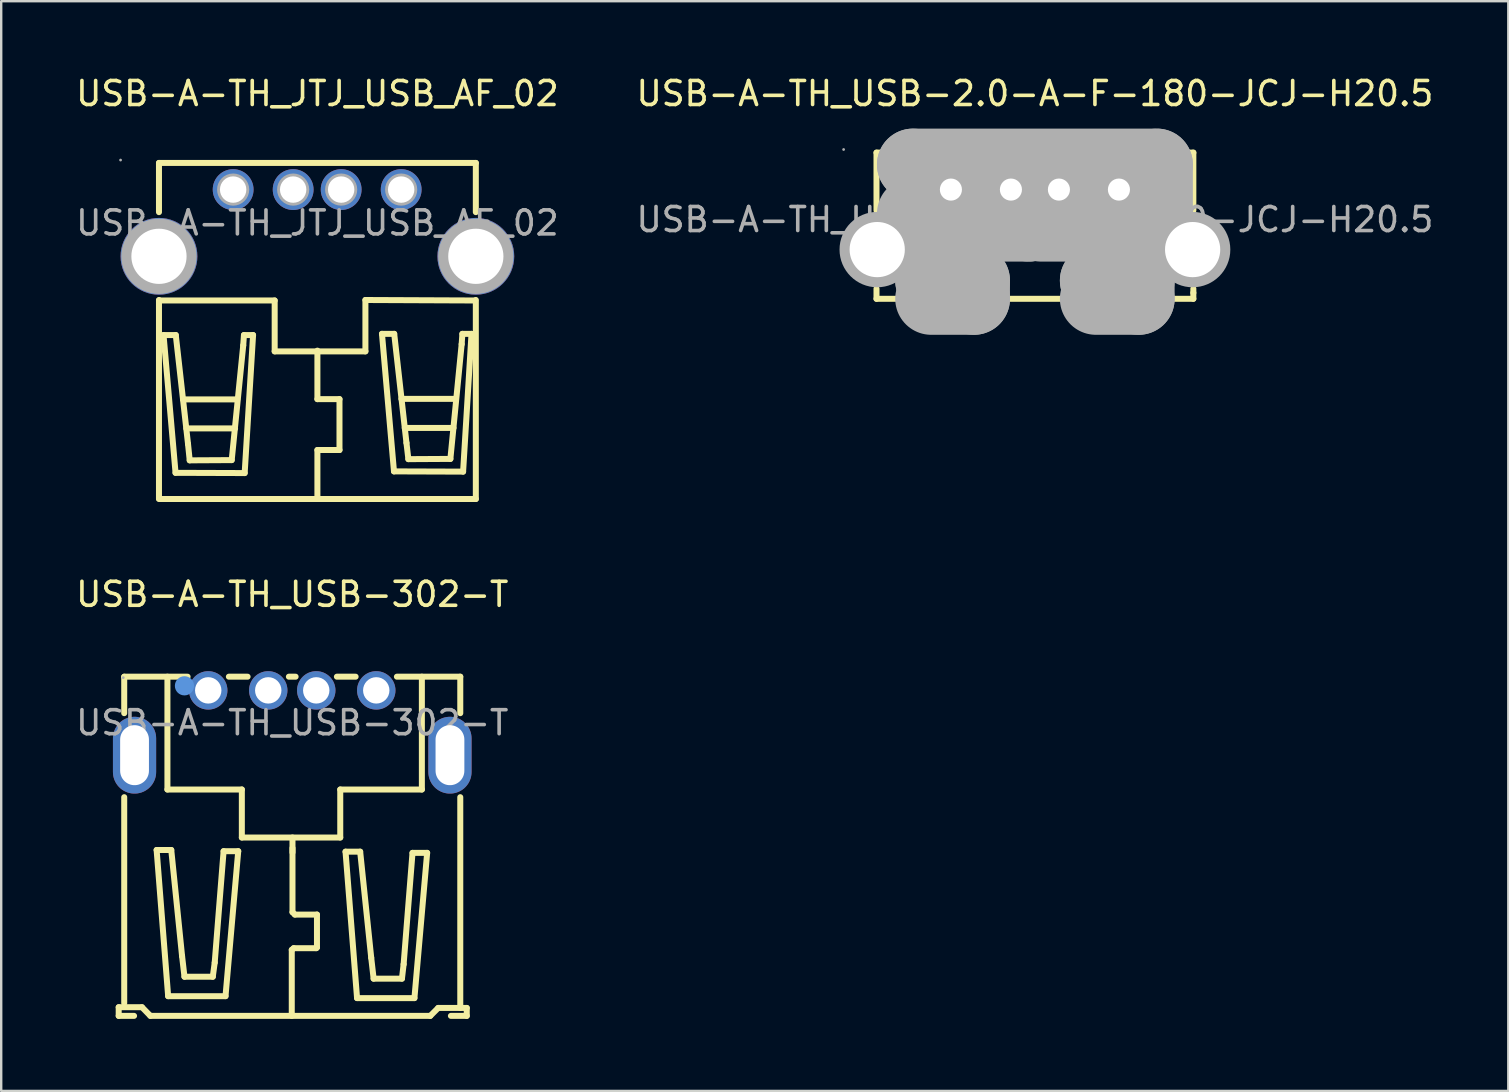
<source format=kicad_pcb>
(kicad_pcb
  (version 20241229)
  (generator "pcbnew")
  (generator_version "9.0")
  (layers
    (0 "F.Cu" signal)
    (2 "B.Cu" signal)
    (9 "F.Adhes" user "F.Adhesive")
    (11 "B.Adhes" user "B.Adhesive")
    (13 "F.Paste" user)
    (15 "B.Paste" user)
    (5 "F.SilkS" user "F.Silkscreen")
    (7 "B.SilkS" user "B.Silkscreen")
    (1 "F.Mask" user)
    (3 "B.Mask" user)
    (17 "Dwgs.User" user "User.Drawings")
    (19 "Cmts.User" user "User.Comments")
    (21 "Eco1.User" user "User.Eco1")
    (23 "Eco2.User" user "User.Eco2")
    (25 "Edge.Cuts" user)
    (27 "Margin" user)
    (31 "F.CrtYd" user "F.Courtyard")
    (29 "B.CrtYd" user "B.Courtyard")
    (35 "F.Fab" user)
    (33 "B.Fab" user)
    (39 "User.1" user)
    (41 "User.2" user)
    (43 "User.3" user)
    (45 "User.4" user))
  (footprint "USB-A-TH_USB-2.0-A-F-180-JCJ-H20.5"
    (layer "F.Cu")
    (at 40.065 6.098)
    (property "Reference" "USB-A-TH_USB-2.0-A-F-180-JCJ-H20.5" (at 0 -5.25 0) (layer "F.SilkS") (effects (font (size 1 1) (thickness 0.15))))
    (attr through_hole)
    (fp_line (start -6.6 -2.79) (end -6.6 -0.38) (stroke (width 0.25) (type solid)) (layer "F.SilkS"))
    (fp_line (start -6.6 2.88) (end -6.6 3.3) (stroke (width 0.25) (type solid)) (layer "F.SilkS"))
    (fp_line (start -6.6 3.3) (end 6.6 3.3) (stroke (width 0.25) (type solid)) (layer "F.SilkS"))
    (fp_line (start 6.6 -2.79) (end -6.6 -2.79) (stroke (width 0.25) (type solid)) (layer "F.SilkS"))
    (fp_line (start 6.6 -0.38) (end 6.6 -2.79) (stroke (width 0.25) (type solid)) (layer "F.SilkS"))
    (fp_line (start 6.6 3.05) (end 6.6 2.88) (stroke (width 0.25) (type solid)) (layer "F.SilkS"))
    (fp_line (start 6.6 3.3) (end 6.6 3.05) (stroke (width 0.25) (type solid)) (layer "F.SilkS"))
    (fp_line (start -5.08 -2.29) (end -5.08 -2.29) (stroke (width 3) (type solid)) (layer "F.Fab"))
    (fp_line (start -5.08 -2.29) (end 5.08 -2.29) (stroke (width 3) (type solid)) (layer "F.Fab"))
    (fp_line (start -4.32 -0.25) (end -4.32 -0.25) (stroke (width 3) (type solid)) (layer "F.Fab"))
    (fp_line (start -4.32 -0.25) (end -2.54 -0.25) (stroke (width 3) (type solid)) (layer "F.Fab"))
    (fp_line (start -4.32 2.54) (end -4.32 2.54) (stroke (width 3) (type solid)) (layer "F.Fab"))
    (fp_line (start -4.32 2.54) (end -2.54 2.54) (stroke (width 3) (type solid)) (layer "F.Fab"))
    (fp_line (start -2.54 -0.25) (end -2.54 0.25) (stroke (width 3) (type solid)) (layer "F.Fab"))
    (fp_line (start -2.54 0.25) (end -4.32 0.25) (stroke (width 3) (type solid)) (layer "F.Fab"))
    (fp_line (start -2.54 2.54) (end -2.54 3.3) (stroke (width 3) (type solid)) (layer "F.Fab"))
    (fp_line (start -2.54 3.3) (end -4.32 3.3) (stroke (width 3) (type solid)) (layer "F.Fab"))
    (fp_line (start -1.78 -0.25) (end -1.78 -0.25) (stroke (width 3) (type solid)) (layer "F.Fab"))
    (fp_line (start -1.78 -0.25) (end -0.25 -0.25) (stroke (width 3) (type solid)) (layer "F.Fab"))
    (fp_line (start -0.25 -0.25) (end -0.25 0.25) (stroke (width 3) (type solid)) (layer "F.Fab"))
    (fp_line (start -0.25 0.25) (end -1.78 0.25) (stroke (width 3) (type solid)) (layer "F.Fab"))
    (fp_line (start 0.25 -0.25) (end 0.25 -0.25) (stroke (width 3) (type solid)) (layer "F.Fab"))
    (fp_line (start 0.25 -0.25) (end 1.78 -0.25) (stroke (width 3) (type solid)) (layer "F.Fab"))
    (fp_line (start 1.78 -0.25) (end 1.78 0.25) (stroke (width 3) (type solid)) (layer "F.Fab"))
    (fp_line (start 1.78 0.25) (end 0.25 0.25) (stroke (width 3) (type solid)) (layer "F.Fab"))
    (fp_line (start 2.54 -0.25) (end 2.54 -0.25) (stroke (width 3) (type solid)) (layer "F.Fab"))
    (fp_line (start 2.54 -0.25) (end 4.32 -0.25) (stroke (width 3) (type solid)) (layer "F.Fab"))
    (fp_line (start 2.54 2.54) (end 2.54 2.54) (stroke (width 3) (type solid)) (layer "F.Fab"))
    (fp_line (start 2.54 2.54) (end 4.32 2.54) (stroke (width 3) (type solid)) (layer "F.Fab"))
    (fp_line (start 4.32 -0.25) (end 4.32 0.25) (stroke (width 3) (type solid)) (layer "F.Fab"))
    (fp_line (start 4.32 0.25) (end 2.54 0.25) (stroke (width 3) (type solid)) (layer "F.Fab"))
    (fp_line (start 4.32 2.54) (end 4.32 3.3) (stroke (width 3) (type solid)) (layer "F.Fab"))
    (fp_line (start 4.32 3.3) (end 2.54 3.3) (stroke (width 3) (type solid)) (layer "F.Fab"))
    (fp_line (start 5.08 -2.29) (end 5.08 -0.25) (stroke (width 3) (type solid)) (layer "F.Fab"))
    (fp_line (start 5.08 -0.25) (end -5.08 -0.25) (stroke (width 3) (type solid)) (layer "F.Fab"))
    (fp_circle (center -7.97 -2.92) (end -7.94 -2.92) (stroke (width 0.06) (type solid)) (fill no) (layer "F.Fab"))
    (fp_circle (center -6.57 1.25) (end -6.05 1.25) (stroke (width 1.05) (type solid)) (fill no) (layer "F.Fab"))
    (fp_circle (center -3.5 -1.25) (end -3.32 -1.25) (stroke (width 0.36) (type solid)) (fill no) (layer "F.Fab"))
    (fp_circle (center -1 -1.25) (end -0.82 -1.25) (stroke (width 0.36) (type solid)) (fill no) (layer "F.Fab"))
    (fp_circle (center 1 -1.25) (end 1.18 -1.25) (stroke (width 0.36) (type solid)) (fill no) (layer "F.Fab"))
    (fp_circle (center 3.5 -1.25) (end 3.68 -1.25) (stroke (width 0.36) (type solid)) (fill no) (layer "F.Fab"))
    (fp_circle (center 6.57 1.25) (end 7.09 1.25) (stroke (width 1.05) (type solid)) (fill no) (layer "F.Fab"))
    (fp_text user "${REFERENCE}" (at 0 0 0) (layer "F.Fab") (effects (font (size 1 1) (thickness 0.15))))
    (pad "1" thru_hole rect (at -3.5 -1.25) (size 1.52 1.52) (drill 0.92) (layers "*.Cu" "*.Paste" "*.Mask"))
    (pad "2" thru_hole circle (at -1 -1.25) (size 1.52 1.52) (drill 0.92) (layers "*.Cu" "*.Paste" "*.Mask"))
    (pad "3" thru_hole circle (at 1 -1.25) (size 1.52 1.52) (drill 0.92) (layers "*.Cu" "*.Paste" "*.Mask"))
    (pad "4" thru_hole circle (at 3.5 -1.25) (size 1.52 1.52) (drill 0.92) (layers "*.Cu" "*.Paste" "*.Mask"))
    (pad "5" thru_hole circle (at 6.57 1.25) (size 2.8 2.8) (drill 2.3) (layers "*.Cu" "*.Paste" "*.Mask"))
    (pad "6" thru_hole circle (at -6.57 1.25) (size 2.8 2.8) (drill 2.3) (layers "*.Cu" "*.Paste" "*.Mask")))
  (footprint "USB-A-TH_JTJ_USB_AF_02"
    (layer "F.Cu")
    (at 10.173 6.238)
    (property "Reference" "USB-A-TH_JTJ_USB_AF_02" (at 0 -5.39 0) (layer "F.SilkS") (effects (font (size 1 1) (thickness 0.15))))
    (attr through_hole)
    (fp_line (start -6.6 -2.5) (end -6.6 -0.45) (stroke (width 0.25) (type solid)) (layer "F.SilkS"))
    (fp_line (start -6.6 -2.5) (end 6.6 -2.5) (stroke (width 0.25) (type solid)) (layer "F.SilkS"))
    (fp_line (start -6.6 3.21) (end -6.6 11.48) (stroke (width 0.25) (type solid)) (layer "F.SilkS"))
    (fp_line (start -6.6 11.5) (end 6.6 11.5) (stroke (width 0.25) (type solid)) (layer "F.SilkS"))
    (fp_line (start -6.41 4.67) (end -5.9 4.67) (stroke (width 0.25) (type solid)) (layer "F.SilkS"))
    (fp_line (start -5.91 10.41) (end -6.41 4.67) (stroke (width 0.25) (type solid)) (layer "F.SilkS"))
    (fp_line (start -5.9 4.67) (end -5.39 9.21) (stroke (width 0.25) (type solid)) (layer "F.SilkS"))
    (fp_line (start -5.6 7.35) (end -3.34 7.35) (stroke (width 0.25) (type solid)) (layer "F.SilkS"))
    (fp_line (start -5.46 8.56) (end -3.43 8.56) (stroke (width 0.25) (type solid)) (layer "F.SilkS"))
    (fp_line (start -5.39 9.21) (end -5.32 9.89) (stroke (width 0.25) (type solid)) (layer "F.SilkS"))
    (fp_line (start -5.32 9.89) (end -3.57 9.88) (stroke (width 0.25) (type solid)) (layer "F.SilkS"))
    (fp_line (start -3.57 9.88) (end -3.09 5.1) (stroke (width 0.25) (type solid)) (layer "F.SilkS"))
    (fp_line (start -3.09 5.1) (end -3.06 4.67) (stroke (width 0.25) (type solid)) (layer "F.SilkS"))
    (fp_line (start -3.06 4.67) (end -2.68 4.67) (stroke (width 0.25) (type solid)) (layer "F.SilkS"))
    (fp_line (start -3.03 10.42) (end -5.91 10.41) (stroke (width 0.25) (type solid)) (layer "F.SilkS"))
    (fp_line (start -2.68 4.67) (end -3.03 10.42) (stroke (width 0.25) (type solid)) (layer "F.SilkS"))
    (fp_line (start -1.78 3.23) (end -6.6 3.23) (stroke (width 0.25) (type solid)) (layer "F.SilkS"))
    (fp_line (start -1.78 5.35) (end -1.78 3.23) (stroke (width 0.25) (type solid)) (layer "F.SilkS"))
    (fp_line (start 0 5.32) (end 0 7.34) (stroke (width 0.25) (type solid)) (layer "F.SilkS"))
    (fp_line (start 0 7.34) (end 0.92 7.34) (stroke (width 0.25) (type solid)) (layer "F.SilkS"))
    (fp_line (start 0 9.46) (end 0 11.49) (stroke (width 0.25) (type solid)) (layer "F.SilkS"))
    (fp_line (start 0.92 7.34) (end 0.92 9.46) (stroke (width 0.25) (type solid)) (layer "F.SilkS"))
    (fp_line (start 0.92 9.46) (end 0 9.46) (stroke (width 0.25) (type solid)) (layer "F.SilkS"))
    (fp_line (start 2 3.21) (end 2 5.35) (stroke (width 0.25) (type solid)) (layer "F.SilkS"))
    (fp_line (start 2 5.35) (end -1.78 5.35) (stroke (width 0.25) (type solid)) (layer "F.SilkS"))
    (fp_line (start 2.69 4.62) (end 3.2 4.62) (stroke (width 0.25) (type solid)) (layer "F.SilkS"))
    (fp_line (start 3.19 10.35) (end 2.69 4.62) (stroke (width 0.25) (type solid)) (layer "F.SilkS"))
    (fp_line (start 3.2 4.62) (end 3.71 9.16) (stroke (width 0.25) (type solid)) (layer "F.SilkS"))
    (fp_line (start 3.5 7.33) (end 5.76 7.33) (stroke (width 0.25) (type solid)) (layer "F.SilkS"))
    (fp_line (start 3.64 8.54) (end 5.67 8.54) (stroke (width 0.25) (type solid)) (layer "F.SilkS"))
    (fp_line (start 3.71 9.16) (end 3.79 9.84) (stroke (width 0.25) (type solid)) (layer "F.SilkS"))
    (fp_line (start 3.79 9.84) (end 5.54 9.83) (stroke (width 0.25) (type solid)) (layer "F.SilkS"))
    (fp_line (start 5.54 9.83) (end 6.01 5.05) (stroke (width 0.25) (type solid)) (layer "F.SilkS"))
    (fp_line (start 6.01 5.05) (end 6.04 4.62) (stroke (width 0.25) (type solid)) (layer "F.SilkS"))
    (fp_line (start 6.04 4.62) (end 6.42 4.62) (stroke (width 0.25) (type solid)) (layer "F.SilkS"))
    (fp_line (start 6.07 10.36) (end 3.19 10.35) (stroke (width 0.25) (type solid)) (layer "F.SilkS"))
    (fp_line (start 6.42 4.62) (end 6.07 10.36) (stroke (width 0.25) (type solid)) (layer "F.SilkS"))
    (fp_line (start 6.58 3.23) (end 2 3.21) (stroke (width 0.25) (type solid)) (layer "F.SilkS"))
    (fp_line (start 6.6 -2.5) (end 6.6 -0.45) (stroke (width 0.25) (type solid)) (layer "F.SilkS"))
    (fp_line (start 6.6 3.21) (end 6.6 11.5) (stroke (width 0.25) (type solid)) (layer "F.SilkS"))
    (fp_circle (center -8.2 -2.62) (end -8.17 -2.62) (stroke (width 0.06) (type solid)) (fill no) (layer "F.Fab"))
    (fp_circle (center -6.6 1.39) (end -6.08 1.39) (stroke (width 1.05) (type solid)) (fill no) (layer "F.Fab"))
    (fp_circle (center -3.51 -1.39) (end -3.29 -1.39) (stroke (width 0.45) (type solid)) (fill no) (layer "F.Fab"))
    (fp_circle (center -1.01 -1.39) (end -0.79 -1.39) (stroke (width 0.45) (type solid)) (fill no) (layer "F.Fab"))
    (fp_circle (center 0.99 -1.39) (end 1.21 -1.39) (stroke (width 0.45) (type solid)) (fill no) (layer "F.Fab"))
    (fp_circle (center 3.49 -1.39) (end 3.71 -1.39) (stroke (width 0.45) (type solid)) (fill no) (layer "F.Fab"))
    (fp_circle (center 6.6 1.39) (end 7.12 1.39) (stroke (width 1.05) (type solid)) (fill no) (layer "F.Fab"))
    (fp_text user "${REFERENCE}" (at 0 0 0) (layer "F.Fab") (effects (font (size 1 1) (thickness 0.15))))
    (pad "1" thru_hole circle (at -3.51 -1.39 270) (size 1.7 1.7) (drill 1.1) (layers "*.Cu" "*.Paste" "*.Mask"))
    (pad "2" thru_hole circle (at -1.01 -1.39 270) (size 1.7 1.7) (drill 1.1) (layers "*.Cu" "*.Paste" "*.Mask"))
    (pad "3" thru_hole circle (at 0.99 -1.39 270) (size 1.7 1.7) (drill 1.1) (layers "*.Cu" "*.Paste" "*.Mask"))
    (pad "4" thru_hole circle (at 3.49 -1.39 270) (size 1.7 1.7) (drill 1.1) (layers "*.Cu" "*.Paste" "*.Mask"))
    (pad "5" thru_hole circle (at 6.6 1.39 90) (size 3.2 3.2) (drill 2.3) (layers "*.Cu" "*.Paste" "*.Mask"))
    (pad "6" thru_hole circle (at -6.6 1.39 90) (size 3.2 3.2) (drill 2.3) (layers "*.Cu" "*.Paste" "*.Mask")))
  (footprint "USB-A-TH_USB-302-T"
    (layer "F.Cu")
    (at 9.125 27.061)
    (property "Reference" "USB-A-TH_USB-302-T" (at 0 -5.35 0) (layer "F.SilkS") (effects (font (size 1 1) (thickness 0.15))))
    (attr through_hole)
    (fp_line (start -7.23 11.85) (end -6.26 11.85) (stroke (width 0.25) (type solid)) (layer "F.SilkS"))
    (fp_line (start -7.23 12.21) (end -7.23 11.85) (stroke (width 0.25) (type solid)) (layer "F.SilkS"))
    (fp_line (start -7.23 12.21) (end -6.59 12.21) (stroke (width 0.25) (type solid)) (layer "F.SilkS"))
    (fp_line (start -7 -1.92) (end -4.36 -1.92) (stroke (width 0.25) (type solid)) (layer "F.SilkS"))
    (fp_line (start -7 -0.4) (end -7 -1.92) (stroke (width 0.25) (type solid)) (layer "F.SilkS"))
    (fp_line (start -7 11.68) (end -7 3.1) (stroke (width 0.25) (type solid)) (layer "F.SilkS"))
    (fp_line (start -6.26 11.85) (end -5.91 12.21) (stroke (width 0.25) (type solid)) (layer "F.SilkS"))
    (fp_line (start -5.91 12.21) (end 5.75 12.21) (stroke (width 0.25) (type solid)) (layer "F.SilkS"))
    (fp_line (start -5.65 5.3) (end -5.17 11.39) (stroke (width 0.25) (type solid)) (layer "F.SilkS"))
    (fp_line (start -5.2 -1.92) (end -5.2 2.78) (stroke (width 0.25) (type solid)) (layer "F.SilkS"))
    (fp_line (start -5.2 2.78) (end -2.1 2.78) (stroke (width 0.25) (type solid)) (layer "F.SilkS"))
    (fp_line (start -5.17 11.39) (end -2.78 11.39) (stroke (width 0.25) (type solid)) (layer "F.SilkS"))
    (fp_line (start -5.04 5.3) (end -5.65 5.3) (stroke (width 0.25) (type solid)) (layer "F.SilkS"))
    (fp_line (start -4.59 9.72) (end -5.04 5.3) (stroke (width 0.25) (type solid)) (layer "F.SilkS"))
    (fp_line (start -4.49 10.58) (end -4.59 9.72) (stroke (width 0.25) (type solid)) (layer "F.SilkS"))
    (fp_line (start -3.31 10.58) (end -4.49 10.58) (stroke (width 0.25) (type solid)) (layer "F.SilkS"))
    (fp_line (start -3.23 9.99) (end -3.31 10.58) (stroke (width 0.25) (type solid)) (layer "F.SilkS"))
    (fp_line (start -2.86 5.35) (end -3.23 9.99) (stroke (width 0.25) (type solid)) (layer "F.SilkS"))
    (fp_line (start -2.78 11.39) (end -2.25 5.35) (stroke (width 0.25) (type solid)) (layer "F.SilkS"))
    (fp_line (start -2.64 -1.92) (end -1.86 -1.92) (stroke (width 0.25) (type solid)) (layer "F.SilkS"))
    (fp_line (start -2.25 5.35) (end -2.86 5.35) (stroke (width 0.25) (type solid)) (layer "F.SilkS"))
    (fp_line (start -2.1 2.78) (end -2.1 4.78) (stroke (width 0.25) (type solid)) (layer "F.SilkS"))
    (fp_line (start -2.1 4.78) (end 2 4.78) (stroke (width 0.25) (type solid)) (layer "F.SilkS"))
    (fp_line (start -0.14 -1.92) (end 0.14 -1.92) (stroke (width 0.25) (type solid)) (layer "F.SilkS"))
    (fp_line (start -0.02 9.46) (end -0.02 12.21) (stroke (width 0.25) (type solid)) (layer "F.SilkS"))
    (fp_line (start 0.01 5.22) (end 0.01 7.89) (stroke (width 0.25) (type solid)) (layer "F.SilkS"))
    (fp_line (start 0.01 5.4) (end 0.01 4.78) (stroke (width 0.25) (type solid)) (layer "F.SilkS"))
    (fp_line (start 0.01 7.89) (end 0.11 7.99) (stroke (width 0.25) (type solid)) (layer "F.SilkS"))
    (fp_line (start 0.06 9.39) (end -0.02 9.46) (stroke (width 0.25) (type solid)) (layer "F.SilkS"))
    (fp_line (start 0.11 7.99) (end 1.03 7.99) (stroke (width 0.25) (type solid)) (layer "F.SilkS"))
    (fp_line (start 1 9.39) (end 0.06 9.39) (stroke (width 0.25) (type solid)) (layer "F.SilkS"))
    (fp_line (start 1.03 7.99) (end 1.03 9.36) (stroke (width 0.25) (type solid)) (layer "F.SilkS"))
    (fp_line (start 1.03 9.36) (end 1 9.39) (stroke (width 0.25) (type solid)) (layer "F.SilkS"))
    (fp_line (start 1.86 -1.92) (end 2.64 -1.92) (stroke (width 0.25) (type solid)) (layer "F.SilkS"))
    (fp_line (start 2 2.78) (end 5.4 2.78) (stroke (width 0.25) (type solid)) (layer "F.SilkS"))
    (fp_line (start 2 4.78) (end 2 2.78) (stroke (width 0.25) (type solid)) (layer "F.SilkS"))
    (fp_line (start 2.22 5.37) (end 2.7 11.47) (stroke (width 0.25) (type solid)) (layer "F.SilkS"))
    (fp_line (start 2.7 11.47) (end 5.09 11.47) (stroke (width 0.25) (type solid)) (layer "F.SilkS"))
    (fp_line (start 2.83 5.37) (end 2.22 5.37) (stroke (width 0.25) (type solid)) (layer "F.SilkS"))
    (fp_line (start 3.29 9.79) (end 2.83 5.37) (stroke (width 0.25) (type solid)) (layer "F.SilkS"))
    (fp_line (start 3.39 10.66) (end 3.29 9.79) (stroke (width 0.25) (type solid)) (layer "F.SilkS"))
    (fp_line (start 4.36 -1.92) (end 7 -1.92) (stroke (width 0.25) (type solid)) (layer "F.SilkS"))
    (fp_line (start 4.57 10.66) (end 3.39 10.66) (stroke (width 0.25) (type solid)) (layer "F.SilkS"))
    (fp_line (start 4.64 10.06) (end 4.57 10.66) (stroke (width 0.25) (type solid)) (layer "F.SilkS"))
    (fp_line (start 5.01 5.42) (end 4.64 10.06) (stroke (width 0.25) (type solid)) (layer "F.SilkS"))
    (fp_line (start 5.09 11.47) (end 5.62 5.42) (stroke (width 0.25) (type solid)) (layer "F.SilkS"))
    (fp_line (start 5.4 2.78) (end 5.4 -1.92) (stroke (width 0.25) (type solid)) (layer "F.SilkS"))
    (fp_line (start 5.62 5.42) (end 5.01 5.42) (stroke (width 0.25) (type solid)) (layer "F.SilkS"))
    (fp_line (start 5.75 12.21) (end 6.08 11.88) (stroke (width 0.25) (type solid)) (layer "F.SilkS"))
    (fp_line (start 6.08 11.88) (end 7.27 11.88) (stroke (width 0.25) (type solid)) (layer "F.SilkS"))
    (fp_line (start 7 -1.92) (end 7 -0.4) (stroke (width 0.25) (type solid)) (layer "F.SilkS"))
    (fp_line (start 7 3.1) (end 7 11.88) (stroke (width 0.25) (type solid)) (layer "F.SilkS"))
    (fp_line (start 7.27 11.88) (end 7.27 12.21) (stroke (width 0.25) (type solid)) (layer "F.SilkS"))
    (fp_line (start 7.27 12.21) (end 6.61 12.21) (stroke (width 0.25) (type solid)) (layer "F.SilkS"))
    (fp_circle (center -4.49 -1.54) (end -4.29 -1.54) (stroke (width 0.4) (type solid)) (fill no) (layer "Cmts.User"))
    (fp_circle (center -7.04 -1.88) (end -7.01 -1.88) (stroke (width 0.06) (type solid)) (fill no) (layer "F.Fab"))
    (fp_text user "${REFERENCE}" (at 0 0 0) (layer "F.Fab") (effects (font (size 1 1) (thickness 0.15))))
    (pad "1" thru_hole circle (at -3.5 -1.35) (size 1.6 1.6) (drill 1.1) (layers "*.Cu" "*.Paste" "*.Mask"))
    (pad "2" thru_hole circle (at -1 -1.35) (size 1.6 1.6) (drill 1.1) (layers "*.Cu" "*.Paste" "*.Mask"))
    (pad "3" thru_hole circle (at 1 -1.35) (size 1.6 1.6) (drill 1.1) (layers "*.Cu" "*.Paste" "*.Mask"))
    (pad "4" thru_hole circle (at 3.5 -1.35) (size 1.6 1.6) (drill 1.1) (layers "*.Cu" "*.Paste" "*.Mask"))
    (pad "5" thru_hole oval (at -6.57 1.35 90) (size 3.2 1.8) (drill oval 2.5 1.2) (layers "*.Cu" "*.Paste" "*.Mask"))
    (pad "6" thru_hole oval (at 6.57 1.35 270) (size 3.2 1.8) (drill oval 2.5 1.2) (layers "*.Cu" "*.Paste" "*.Mask")))
  (gr_rect
    (start -3 -3)
    (end 59.786 42.397)
    (stroke (width 0.1) (type default))
    (fill no)
    (layer "Edge.Cuts")))
</source>
